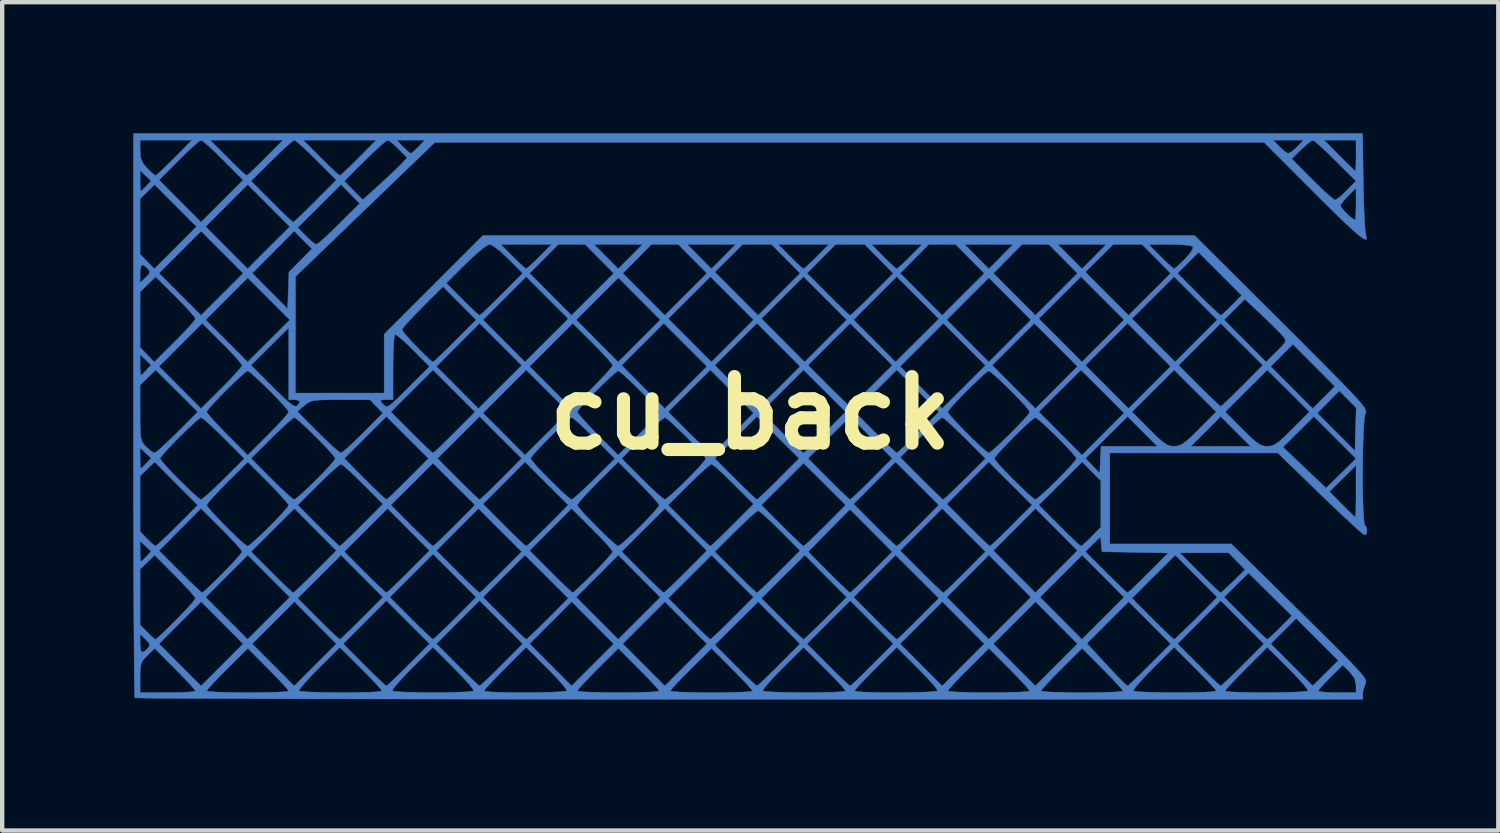
<source format=kicad_pcb>
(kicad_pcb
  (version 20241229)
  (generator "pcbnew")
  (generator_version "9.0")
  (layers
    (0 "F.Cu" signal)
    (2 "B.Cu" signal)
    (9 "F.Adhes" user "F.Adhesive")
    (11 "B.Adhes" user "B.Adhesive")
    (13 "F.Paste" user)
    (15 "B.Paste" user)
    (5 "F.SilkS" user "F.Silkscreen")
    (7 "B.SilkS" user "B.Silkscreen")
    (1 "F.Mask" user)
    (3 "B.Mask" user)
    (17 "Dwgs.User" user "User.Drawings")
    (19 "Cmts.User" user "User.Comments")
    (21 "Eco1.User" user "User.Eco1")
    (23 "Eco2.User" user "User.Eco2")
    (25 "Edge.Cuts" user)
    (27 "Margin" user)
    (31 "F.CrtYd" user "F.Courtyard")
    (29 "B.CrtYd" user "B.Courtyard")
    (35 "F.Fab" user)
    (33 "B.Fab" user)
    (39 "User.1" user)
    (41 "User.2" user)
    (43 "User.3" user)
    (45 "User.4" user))
  (footprint "cu_back"
    (layer "F.Cu")
    (at 14.127 6.406)
    (property "Reference" "cu_back" (at 0 0 0) (layer "F.SilkS") (effects (font (size 1.524 1.524) (thickness 0.3))))
    (attr through_hole)
    (fp_poly (pts (xy 14.034 -5.296) (xy 14.041 -4.964) (xy 14.05 -4.662) (xy 14.062 -4.405) (xy 14.075 -4.211) (xy 14.088 -4.096) (xy 14.093 -4.077) (xy 14.112 -4.002) (xy 14.097 -3.972) (xy 14.042 -3.99) (xy 13.944 -4.06) (xy 13.797 -4.187) (xy 13.596 -4.374) (xy 13.337 -4.625) (xy 13.216 -4.744) (xy 13.513 -4.744) (xy 13.548 -4.683) (xy 13.631 -4.589) (xy 13.731 -4.495) (xy 13.817 -4.431) (xy 13.847 -4.42) (xy 13.857 -4.466) (xy 13.865 -4.589) (xy 13.868 -4.763) (xy 13.868 -4.785) (xy 13.868 -5.151) (xy 13.691 -4.978) (xy 13.586 -4.866) (xy 13.522 -4.774) (xy 13.513 -4.744) (xy 13.216 -4.744) (xy 13.014 -4.944) (xy 12.878 -5.08) (xy 12.139 -5.82) (xy 12.394 -5.82) (xy 12.864 -5.348) (xy 13.042 -5.172) (xy 13.199 -5.026) (xy 13.317 -4.924) (xy 13.382 -4.878) (xy 13.387 -4.877) (xy 13.449 -4.911) (xy 13.555 -4.998) (xy 13.654 -5.094) (xy 13.867 -5.312) (xy 13.397 -5.78) (xy 13.218 -5.955) (xy 13.063 -6.1) (xy 12.946 -6.202) (xy 12.883 -6.247) (xy 12.879 -6.248) (xy 13.135 -6.248) (xy 13.487 -5.893) (xy 13.638 -5.742) (xy 13.76 -5.623) (xy 13.836 -5.551) (xy 13.854 -5.537) (xy 13.861 -5.584) (xy 13.866 -5.706) (xy 13.868 -5.879) (xy 13.868 -5.893) (xy 13.868 -6.248) (xy 13.135 -6.248) (xy 12.879 -6.248) (xy 12.82 -6.215) (xy 12.715 -6.129) (xy 12.612 -6.034) (xy 12.394 -5.82) (xy 12.139 -5.82) (xy 11.761 -6.198) (xy -7.219 -6.198) (xy -8.816 -4.661) (xy -10.412 -3.124) (xy -10.413 -1.791) (xy -10.414 -0.457) (xy -8.382 -0.457) (xy -8.382 -1.804) (xy -8.279 -1.907) (xy -7.976 -1.907) (xy -7.942 -1.854) (xy -7.855 -1.751) (xy -7.733 -1.617) (xy -7.595 -1.473) (xy -7.46 -1.337) (xy -7.348 -1.231) (xy -7.277 -1.173) (xy -7.265 -1.168) (xy -7.221 -1.202) (xy -7.119 -1.296) (xy -6.975 -1.435) (xy -6.801 -1.606) (xy -6.757 -1.651) (xy -6.276 -2.133) (xy -6.277 -2.134) (xy -6.12 -2.134) (xy -5.639 -1.651) (xy -5.158 -1.168) (xy -4.662 -1.663) (xy -4.189 -2.134) (xy -3.986 -2.134) (xy -3.505 -1.651) (xy -3.024 -1.168) (xy -2.059 -2.133) (xy -2.087 -2.161) (xy -1.88 -2.161) (xy -1.385 -1.664) (xy -0.89 -1.168) (xy 0.076 -2.134) (xy 0.048 -2.161) (xy 0.254 -2.161) (xy 0.749 -1.664) (xy 1.243 -1.168) (xy 2.209 -2.134) (xy 2.208 -2.134) (xy 2.364 -2.134) (xy 2.845 -1.651) (xy 3.325 -1.168) (xy 3.822 -1.663) (xy 4.295 -2.134) (xy 4.497 -2.134) (xy 4.978 -1.651) (xy 5.46 -1.168) (xy 6.425 -2.133) (xy 6.397 -2.161) (xy 6.604 -2.161) (xy 7.099 -1.664) (xy 7.593 -1.168) (xy 8.559 -2.134) (xy 8.532 -2.161) (xy 8.738 -2.161) (xy 9.232 -1.664) (xy 9.727 -1.168) (xy 10.693 -2.134) (xy 10.692 -2.134) (xy 10.847 -2.134) (xy 11.808 -1.169) (xy 12.048 -1.405) (xy 12.175 -1.533) (xy 12.239 -1.613) (xy 12.251 -1.67) (xy 12.22 -1.728) (xy 12.195 -1.76) (xy 12.119 -1.844) (xy 11.989 -1.976) (xy 11.826 -2.135) (xy 11.712 -2.243) (xy 11.321 -2.608) (xy 10.847 -2.134) (xy 10.692 -2.134) (xy 10.198 -2.628) (xy 9.703 -3.123) (xy 9.22 -2.642) (xy 8.738 -2.161) (xy 8.532 -2.161) (xy 8.065 -2.628) (xy 7.57 -3.123) (xy 7.087 -2.642) (xy 6.604 -2.161) (xy 6.397 -2.161) (xy 5.944 -2.616) (xy 5.462 -3.099) (xy 4.497 -2.134) (xy 4.295 -2.134) (xy 4.319 -2.158) (xy 3.353 -3.124) (xy 2.858 -2.629) (xy 2.364 -2.134) (xy 2.208 -2.134) (xy 1.715 -2.628) (xy 1.22 -3.123) (xy 0.737 -2.642) (xy 0.254 -2.161) (xy 0.048 -2.161) (xy -0.419 -2.628) (xy -0.914 -3.123) (xy -1.397 -2.642) (xy -1.88 -2.161) (xy -2.087 -2.161) (xy -2.54 -2.616) (xy -3.021 -3.099) (xy -3.986 -2.134) (xy -4.189 -2.134) (xy -4.165 -2.158) (xy -5.131 -3.124) (xy -5.625 -2.629) (xy -6.12 -2.134) (xy -6.277 -2.134) (xy -6.655 -2.515) (xy -7.034 -2.896) (xy -7.505 -2.427) (xy -7.68 -2.248) (xy -7.826 -2.093) (xy -7.929 -1.976) (xy -7.974 -1.912) (xy -7.976 -1.907) (xy -8.279 -1.907) (xy -7.251 -2.934) (xy -7.211 -2.974) (xy -6.959 -2.974) (xy -6.593 -2.605) (xy -6.437 -2.451) (xy -6.309 -2.328) (xy -6.223 -2.252) (xy -6.198 -2.235) (xy -6.154 -2.269) (xy -6.053 -2.362) (xy -5.908 -2.501) (xy -5.734 -2.673) (xy -5.69 -2.718) (xy -5.209 -3.2) (xy -5.052 -3.2) (xy -4.091 -2.235) (xy -3.608 -2.717) (xy -3.126 -3.199) (xy -3.127 -3.2) (xy -2.919 -3.2) (xy -1.957 -2.235) (xy -1.475 -2.717) (xy -0.992 -3.199) (xy -1.021 -3.228) (xy -0.813 -3.228) (xy -0.318 -2.731) (xy 0.177 -2.235) (xy 0.659 -2.717) (xy 1.141 -3.199) (xy 1.141 -3.2) (xy 1.298 -3.2) (xy 1.778 -2.718) (xy 1.957 -2.54) (xy 2.11 -2.392) (xy 2.222 -2.287) (xy 2.281 -2.237) (xy 2.286 -2.235) (xy 2.33 -2.269) (xy 2.431 -2.362) (xy 2.576 -2.501) (xy 2.749 -2.673) (xy 2.794 -2.718) (xy 3.274 -3.2) (xy 3.431 -3.2) (xy 4.393 -2.235) (xy 4.875 -2.717) (xy 5.358 -3.199) (xy 5.357 -3.2) (xy 5.565 -3.2) (xy 6.526 -2.235) (xy 7.009 -2.717) (xy 7.491 -3.199) (xy 7.463 -3.228) (xy 7.67 -3.228) (xy 8.165 -2.731) (xy 8.66 -2.235) (xy 9.142 -2.717) (xy 9.625 -3.199) (xy 9.623 -3.201) (xy 9.781 -3.201) (xy 10.261 -2.718) (xy 10.44 -2.54) (xy 10.593 -2.392) (xy 10.707 -2.287) (xy 10.766 -2.237) (xy 10.771 -2.235) (xy 10.818 -2.269) (xy 10.914 -2.356) (xy 11.024 -2.465) (xy 11.25 -2.694) (xy 10.756 -3.188) (xy 10.262 -3.682) (xy 9.781 -3.201) (xy 9.623 -3.201) (xy 8.969 -3.861) (xy 9.122 -3.861) (xy 9.398 -3.581) (xy 9.532 -3.449) (xy 9.639 -3.35) (xy 9.698 -3.304) (xy 9.703 -3.302) (xy 9.751 -3.335) (xy 9.847 -3.423) (xy 9.952 -3.526) (xy 10.062 -3.651) (xy 10.128 -3.754) (xy 10.138 -3.805) (xy 10.07 -3.833) (xy 9.916 -3.851) (xy 9.689 -3.86) (xy 9.613 -3.861) (xy 9.122 -3.861) (xy 8.969 -3.861) (xy 8.309 -3.861) (xy 7.67 -3.228) (xy 7.463 -3.228) (xy 6.836 -3.861) (xy 7.039 -3.861) (xy 7.315 -3.581) (xy 7.446 -3.45) (xy 7.544 -3.351) (xy 7.592 -3.304) (xy 7.595 -3.302) (xy 7.629 -3.335) (xy 7.717 -3.424) (xy 7.842 -3.549) (xy 7.874 -3.581) (xy 8.15 -3.861) (xy 7.039 -3.861) (xy 6.836 -3.861) (xy 6.22 -3.861) (xy 5.893 -3.53) (xy 5.565 -3.2) (xy 5.357 -3.2) (xy 4.702 -3.861) (xy 4.906 -3.861) (xy 5.182 -3.581) (xy 5.312 -3.45) (xy 5.41 -3.351) (xy 5.459 -3.304) (xy 5.461 -3.302) (xy 5.496 -3.335) (xy 5.584 -3.424) (xy 5.709 -3.549) (xy 5.74 -3.581) (xy 6.016 -3.861) (xy 4.906 -3.861) (xy 4.702 -3.861) (xy 4.086 -3.861) (xy 3.759 -3.53) (xy 3.431 -3.2) (xy 3.274 -3.2) (xy 2.947 -3.53) (xy 2.619 -3.861) (xy 2.772 -3.861) (xy 3.048 -3.581) (xy 3.182 -3.449) (xy 3.289 -3.35) (xy 3.348 -3.304) (xy 3.353 -3.302) (xy 3.4 -3.336) (xy 3.498 -3.425) (xy 3.628 -3.551) (xy 3.658 -3.581) (xy 3.934 -3.861) (xy 2.772 -3.861) (xy 2.619 -3.861) (xy 1.953 -3.861) (xy 1.625 -3.53) (xy 1.298 -3.2) (xy 1.141 -3.2) (xy 0.486 -3.861) (xy 0.638 -3.861) (xy 0.914 -3.581) (xy 1.049 -3.449) (xy 1.155 -3.35) (xy 1.215 -3.304) (xy 1.219 -3.302) (xy 1.266 -3.336) (xy 1.364 -3.425) (xy 1.494 -3.551) (xy 1.524 -3.581) (xy 1.8 -3.861) (xy 0.638 -3.861) (xy 0.486 -3.861) (xy -0.175 -3.861) (xy -0.813 -3.228) (xy -1.021 -3.228) (xy -1.648 -3.861) (xy -1.444 -3.861) (xy -1.168 -3.581) (xy -1.038 -3.45) (xy -0.94 -3.351) (xy -0.891 -3.304) (xy -0.889 -3.302) (xy -0.854 -3.335) (xy -0.766 -3.424) (xy -0.641 -3.549) (xy -0.61 -3.581) (xy -0.334 -3.861) (xy -1.444 -3.861) (xy -1.648 -3.861) (xy -2.264 -3.861) (xy -2.591 -3.53) (xy -2.919 -3.2) (xy -3.127 -3.2) (xy -3.782 -3.861) (xy -3.578 -3.861) (xy -3.302 -3.581) (xy -3.171 -3.45) (xy -3.073 -3.351) (xy -3.025 -3.304) (xy -3.023 -3.302) (xy -2.988 -3.335) (xy -2.9 -3.424) (xy -2.775 -3.549) (xy -2.743 -3.581) (xy -2.467 -3.861) (xy -3.578 -3.861) (xy -3.782 -3.861) (xy -4.397 -3.861) (xy -4.725 -3.53) (xy -5.052 -3.2) (xy -5.209 -3.2) (xy -5.537 -3.53) (xy -5.7 -3.684) (xy -5.843 -3.798) (xy -5.944 -3.856) (xy -5.967 -3.861) (xy -5.712 -3.861) (xy -5.436 -3.581) (xy -5.301 -3.449) (xy -5.195 -3.35) (xy -5.135 -3.304) (xy -5.131 -3.302) (xy -5.084 -3.336) (xy -4.986 -3.425) (xy -4.856 -3.551) (xy -4.826 -3.581) (xy -4.55 -3.861) (xy -5.712 -3.861) (xy -5.967 -3.861) (xy -6.046 -3.825) (xy -6.18 -3.724) (xy -6.355 -3.57) (xy -6.514 -3.417) (xy -6.959 -2.974) (xy -7.211 -2.974) (xy -6.121 -4.064) (xy 10.174 -4.064) (xy 12.161 -2.085) (xy 12.591 -1.656) (xy 12.953 -1.293) (xy 13.255 -0.99) (xy 13.5 -0.741) (xy 13.694 -0.54) (xy 13.843 -0.382) (xy 13.952 -0.26) (xy 14.026 -0.169) (xy 14.071 -0.104) (xy 14.091 -0.057) (xy 14.093 -0.024) (xy 14.084 -0.003) (xy 14.065 0.077) (xy 14.049 0.237) (xy 14.037 0.461) (xy 14.027 0.733) (xy 14.021 1.035) (xy 14.018 1.349) (xy 14.019 1.66) (xy 14.023 1.951) (xy 14.031 2.203) (xy 14.042 2.401) (xy 14.057 2.528) (xy 14.072 2.565) (xy 14.113 2.631) (xy 14.119 2.721) (xy 14.091 2.786) (xy 14.069 2.794) (xy 14.02 2.76) (xy 13.908 2.664) (xy 13.744 2.515) (xy 13.537 2.324) (xy 13.299 2.097) (xy 13.046 1.854) (xy 12.991 1.8) (xy 13.259 1.8) (xy 13.549 2.094) (xy 13.685 2.23) (xy 13.791 2.332) (xy 13.849 2.384) (xy 13.854 2.388) (xy 13.86 2.34) (xy 13.864 2.211) (xy 13.867 2.02) (xy 13.868 1.792) (xy 13.868 1.197) (xy 13.564 1.499) (xy 13.259 1.8) (xy 12.991 1.8) (xy 12.077 0.914) (xy 8.23 0.914) (xy 8.23 2.997) (xy 11.013 2.997) (xy 12.58 4.542) (xy 12.959 4.915) (xy 13.271 5.224) (xy 13.522 5.476) (xy 13.719 5.676) (xy 13.867 5.832) (xy 13.973 5.95) (xy 14.042 6.037) (xy 14.081 6.099) (xy 14.096 6.144) (xy 14.092 6.177) (xy 14.084 6.192) (xy 14.033 6.329) (xy 14.021 6.426) (xy 14.021 6.553) (xy -0.017 6.553) (xy -1.205 6.553) (xy -2.366 6.553) (xy -3.497 6.552) (xy -4.593 6.551) (xy -5.65 6.55) (xy -6.664 6.549) (xy -7.632 6.548) (xy -8.548 6.546) (xy -9.409 6.544) (xy -10.211 6.543) (xy -10.949 6.541) (xy -11.62 6.538) (xy -12.22 6.536) (xy -12.744 6.534) (xy -13.187 6.531) (xy -13.547 6.529) (xy -13.819 6.526) (xy -13.999 6.523) (xy -14.083 6.52) (xy -14.089 6.519) (xy -14.093 6.465) (xy -14.097 6.316) (xy -14.101 6.077) (xy -14.101 6.055) (xy -13.97 6.055) (xy -13.97 6.401) (xy -13.335 6.401) (xy -13.094 6.398) (xy -12.896 6.39) (xy -12.758 6.379) (xy -12.701 6.365) (xy -12.7 6.364) (xy -12.701 6.362) (xy -12.446 6.362) (xy -12.398 6.374) (xy -12.264 6.385) (xy -12.06 6.393) (xy -11.802 6.399) (xy -11.506 6.401) (xy -11.21 6.399) (xy -10.952 6.394) (xy -10.748 6.386) (xy -10.614 6.375) (xy -10.566 6.364) (xy -10.574 6.353) (xy -10.333 6.353) (xy -10.332 6.359) (xy -10.276 6.373) (xy -10.14 6.384) (xy -9.941 6.392) (xy -9.701 6.397) (xy -9.438 6.4) (xy -9.17 6.399) (xy -8.918 6.396) (xy -8.701 6.39) (xy -8.537 6.381) (xy -8.445 6.369) (xy -8.433 6.362) (xy -8.439 6.353) (xy -8.199 6.353) (xy -8.199 6.359) (xy -8.142 6.372) (xy -8 6.384) (xy -7.79 6.393) (xy -7.529 6.399) (xy -7.264 6.401) (xy -6.971 6.399) (xy -6.714 6.392) (xy -6.511 6.383) (xy -6.377 6.371) (xy -6.34 6.362) (xy -6.096 6.362) (xy -6.048 6.375) (xy -5.918 6.386) (xy -5.725 6.394) (xy -5.488 6.398) (xy -5.226 6.4) (xy -4.958 6.399) (xy -4.704 6.395) (xy -4.482 6.388) (xy -4.312 6.379) (xy -4.213 6.366) (xy -4.203 6.362) (xy -3.962 6.362) (xy -3.914 6.374) (xy -3.78 6.385) (xy -3.576 6.393) (xy -3.318 6.399) (xy -3.023 6.401) (xy -2.726 6.399) (xy -2.468 6.394) (xy -2.264 6.386) (xy -2.131 6.375) (xy -2.083 6.364) (xy -2.084 6.362) (xy -1.829 6.362) (xy -1.781 6.374) (xy -1.647 6.385) (xy -1.443 6.393) (xy -1.185 6.399) (xy -0.889 6.401) (xy -0.593 6.399) (xy -0.335 6.394) (xy -0.131 6.386) (xy 0.003 6.375) (xy 0.051 6.364) (xy 0.043 6.353) (xy 0.285 6.353) (xy 0.285 6.359) (xy 0.341 6.373) (xy 0.478 6.384) (xy 0.676 6.392) (xy 0.916 6.397) (xy 1.179 6.4) (xy 1.447 6.399) (xy 1.699 6.396) (xy 1.917 6.39) (xy 2.081 6.381) (xy 2.172 6.369) (xy 2.184 6.362) (xy 2.388 6.362) (xy 2.435 6.375) (xy 2.565 6.386) (xy 2.758 6.394) (xy 2.996 6.398) (xy 3.258 6.4) (xy 3.525 6.399) (xy 3.78 6.395) (xy 4.001 6.388) (xy 4.171 6.379) (xy 4.27 6.366) (xy 4.281 6.362) (xy 4.521 6.362) (xy 4.569 6.374) (xy 4.703 6.385) (xy 4.907 6.393) (xy 5.165 6.399) (xy 5.461 6.401) (xy 5.757 6.399) (xy 6.015 6.394) (xy 6.219 6.386) (xy 6.353 6.375) (xy 6.401 6.364) (xy 6.399 6.362) (xy 6.655 6.362) (xy 6.703 6.374) (xy 6.837 6.385) (xy 7.041 6.393) (xy 7.299 6.399) (xy 7.595 6.401) (xy 7.891 6.399) (xy 8.149 6.394) (xy 8.353 6.386) (xy 8.486 6.375) (xy 8.534 6.364) (xy 8.527 6.353) (xy 8.768 6.353) (xy 8.769 6.359) (xy 8.825 6.373) (xy 8.961 6.384) (xy 9.159 6.392) (xy 9.4 6.397) (xy 9.663 6.4) (xy 9.93 6.399) (xy 10.183 6.396) (xy 10.4 6.39) (xy 10.564 6.381) (xy 10.656 6.369) (xy 10.668 6.362) (xy 10.871 6.362) (xy 10.919 6.375) (xy 11.049 6.386) (xy 11.242 6.394) (xy 11.479 6.398) (xy 11.741 6.4) (xy 12.009 6.399) (xy 12.263 6.395) (xy 12.485 6.388) (xy 12.655 6.379) (xy 12.754 6.366) (xy 12.766 6.361) (xy 13.005 6.361) (xy 13.052 6.379) (xy 13.177 6.393) (xy 13.357 6.4) (xy 13.437 6.401) (xy 13.868 6.401) (xy 13.868 6.233) (xy 13.834 6.07) (xy 13.718 5.92) (xy 13.715 5.917) (xy 13.562 5.771) (xy 13.283 6.046) (xy 13.151 6.182) (xy 13.053 6.292) (xy 13.006 6.355) (xy 13.005 6.361) (xy 12.766 6.361) (xy 12.771 6.359) (xy 12.746 6.31) (xy 12.661 6.205) (xy 12.528 6.058) (xy 12.36 5.883) (xy 12.316 5.839) (xy 11.836 5.361) (xy 11.354 5.842) (xy 11.176 6.022) (xy 11.028 6.177) (xy 10.922 6.293) (xy 10.873 6.356) (xy 10.871 6.362) (xy 10.668 6.362) (xy 10.634 6.313) (xy 10.541 6.208) (xy 10.401 6.061) (xy 10.229 5.886) (xy 10.185 5.842) (xy 9.703 5.361) (xy 9.223 5.839) (xy 9.048 6.018) (xy 8.905 6.173) (xy 8.808 6.29) (xy 8.768 6.353) (xy 8.527 6.353) (xy 8.5 6.316) (xy 8.408 6.211) (xy 8.269 6.064) (xy 8.099 5.89) (xy 8.065 5.856) (xy 7.597 5.385) (xy 7.126 5.854) (xy 6.95 6.031) (xy 6.805 6.184) (xy 6.702 6.298) (xy 6.656 6.358) (xy 6.655 6.362) (xy 6.399 6.362) (xy 6.367 6.316) (xy 6.274 6.211) (xy 6.136 6.064) (xy 5.966 5.89) (xy 5.932 5.856) (xy 5.463 5.385) (xy 4.992 5.854) (xy 4.817 6.031) (xy 4.671 6.184) (xy 4.568 6.298) (xy 4.522 6.358) (xy 4.521 6.362) (xy 4.281 6.362) (xy 4.287 6.359) (xy 4.263 6.31) (xy 4.178 6.205) (xy 4.045 6.058) (xy 3.876 5.883) (xy 3.833 5.839) (xy 3.353 5.361) (xy 2.87 5.842) (xy 2.692 6.022) (xy 2.544 6.177) (xy 2.439 6.293) (xy 2.39 6.356) (xy 2.388 6.362) (xy 2.184 6.362) (xy 2.15 6.313) (xy 2.057 6.208) (xy 1.918 6.061) (xy 1.746 5.886) (xy 1.702 5.842) (xy 1.219 5.361) (xy 0.739 5.839) (xy 0.564 6.018) (xy 0.422 6.173) (xy 0.324 6.29) (xy 0.285 6.353) (xy 0.043 6.353) (xy 0.017 6.316) (xy -0.076 6.211) (xy -0.214 6.064) (xy -0.384 5.89) (xy -0.418 5.856) (xy -0.887 5.385) (xy -1.358 5.854) (xy -1.533 6.031) (xy -1.679 6.184) (xy -1.782 6.298) (xy -1.828 6.358) (xy -1.829 6.362) (xy -2.084 6.362) (xy -2.117 6.316) (xy -2.21 6.211) (xy -2.348 6.064) (xy -2.518 5.89) (xy -2.552 5.856) (xy -3.021 5.385) (xy -3.492 5.854) (xy -3.667 6.031) (xy -3.813 6.184) (xy -3.915 6.298) (xy -3.961 6.358) (xy -3.962 6.362) (xy -4.203 6.362) (xy -4.197 6.359) (xy -4.221 6.31) (xy -4.306 6.205) (xy -4.439 6.058) (xy -4.607 5.883) (xy -4.651 5.839) (xy -5.131 5.361) (xy -5.613 5.842) (xy -5.791 6.022) (xy -5.939 6.177) (xy -6.045 6.293) (xy -6.094 6.356) (xy -6.096 6.362) (xy -6.34 6.362) (xy -6.33 6.359) (xy -6.355 6.31) (xy -6.44 6.205) (xy -6.573 6.058) (xy -6.741 5.883) (xy -6.784 5.839) (xy -7.264 5.361) (xy -7.744 5.839) (xy -7.919 6.018) (xy -8.062 6.173) (xy -8.159 6.29) (xy -8.199 6.353) (xy -8.439 6.353) (xy -8.467 6.313) (xy -8.56 6.208) (xy -8.7 6.061) (xy -8.872 5.886) (xy -8.915 5.842) (xy -9.398 5.361) (xy -9.878 5.839) (xy -10.053 6.018) (xy -10.195 6.173) (xy -10.293 6.29) (xy -10.333 6.353) (xy -10.574 6.353) (xy -10.6 6.316) (xy -10.693 6.211) (xy -10.831 6.064) (xy -11.002 5.89) (xy -11.035 5.856) (xy -11.504 5.385) (xy -11.975 5.854) (xy -12.151 6.031) (xy -12.296 6.184) (xy -12.399 6.298) (xy -12.445 6.358) (xy -12.446 6.362) (xy -12.701 6.362) (xy -12.734 6.316) (xy -12.827 6.211) (xy -12.965 6.064) (xy -13.135 5.89) (xy -13.168 5.856) (xy -13.636 5.386) (xy -13.803 5.548) (xy -13.893 5.642) (xy -13.943 5.729) (xy -13.965 5.844) (xy -13.97 6.02) (xy -13.97 6.055) (xy -14.101 6.055) (xy -14.104 5.754) (xy -14.108 5.355) (xy -14.108 5.274) (xy -13.97 5.274) (xy -13.959 5.424) (xy -13.921 5.479) (xy -13.85 5.444) (xy -13.8 5.394) (xy -13.75 5.325) (xy -13.758 5.283) (xy -13.537 5.283) (xy -13.056 5.766) (xy -12.574 6.249) (xy -11.609 5.284) (xy -11.61 5.283) (xy -11.403 5.283) (xy -10.922 5.766) (xy -10.441 6.249) (xy -9.476 5.284) (xy -9.477 5.283) (xy -9.32 5.283) (xy -8.84 5.765) (xy -8.661 5.943) (xy -8.508 6.091) (xy -8.395 6.197) (xy -8.336 6.246) (xy -8.331 6.248) (xy -8.287 6.214) (xy -8.186 6.121) (xy -8.042 5.982) (xy -7.868 5.81) (xy -7.823 5.765) (xy -7.342 5.283) (xy -7.187 5.283) (xy -6.706 5.765) (xy -6.527 5.943) (xy -6.374 6.091) (xy -6.261 6.197) (xy -6.202 6.246) (xy -6.198 6.248) (xy -6.154 6.214) (xy -6.052 6.121) (xy -5.908 5.982) (xy -5.734 5.81) (xy -5.689 5.765) (xy -5.208 5.283) (xy -5.053 5.283) (xy -4.572 5.766) (xy -4.091 6.249) (xy -3.126 5.284) (xy -3.127 5.283) (xy -2.92 5.283) (xy -2.438 5.766) (xy -1.957 6.249) (xy -1.015 5.307) (xy -0.813 5.307) (xy -0.344 5.778) (xy -0.167 5.953) (xy -0.017 6.098) (xy 0.093 6.201) (xy 0.149 6.247) (xy 0.152 6.248) (xy 0.196 6.214) (xy 0.298 6.121) (xy 0.442 5.982) (xy 0.616 5.811) (xy 0.66 5.766) (xy 1.141 5.283) (xy 1.14 5.283) (xy 1.297 5.283) (xy 1.778 5.765) (xy 1.956 5.943) (xy 2.109 6.091) (xy 2.222 6.197) (xy 2.281 6.246) (xy 2.286 6.248) (xy 2.33 6.214) (xy 2.431 6.121) (xy 2.576 5.982) (xy 2.749 5.81) (xy 2.794 5.765) (xy 3.275 5.283) (xy 3.43 5.283) (xy 3.912 5.766) (xy 4.393 6.249) (xy 5.358 5.284) (xy 5.357 5.283) (xy 5.564 5.283) (xy 6.045 5.766) (xy 6.526 6.249) (xy 7.492 5.284) (xy 7.482 5.274) (xy 7.706 5.274) (xy 8.156 5.761) (xy 8.325 5.943) (xy 8.47 6.093) (xy 8.577 6.2) (xy 8.631 6.247) (xy 8.634 6.248) (xy 8.679 6.214) (xy 8.781 6.121) (xy 8.926 5.982) (xy 9.099 5.81) (xy 9.144 5.766) (xy 9.625 5.283) (xy 9.624 5.283) (xy 9.78 5.283) (xy 10.261 5.765) (xy 10.44 5.943) (xy 10.593 6.091) (xy 10.706 6.197) (xy 10.765 6.246) (xy 10.77 6.248) (xy 10.814 6.214) (xy 10.915 6.121) (xy 11.059 5.982) (xy 11.233 5.81) (xy 11.278 5.765) (xy 11.759 5.283) (xy 11.914 5.283) (xy 12.395 5.765) (xy 12.875 6.248) (xy 13.169 5.957) (xy 13.463 5.666) (xy 12.98 5.183) (xy 12.497 4.7) (xy 11.914 5.283) (xy 11.759 5.283) (xy 11.759 5.283) (xy 11.264 4.788) (xy 10.77 4.293) (xy 10.275 4.788) (xy 9.78 5.283) (xy 9.624 5.283) (xy 9.144 4.8) (xy 8.663 4.317) (xy 7.706 5.274) (xy 7.482 5.274) (xy 7.01 4.801) (xy 6.529 4.317) (xy 5.564 5.283) (xy 5.357 5.283) (xy 4.877 4.801) (xy 4.396 4.317) (xy 3.43 5.283) (xy 3.275 5.283) (xy 2.781 4.788) (xy 2.286 4.293) (xy 1.791 4.788) (xy 1.297 5.283) (xy 1.14 5.283) (xy 0.66 4.801) (xy 0.18 4.318) (xy -0.317 4.812) (xy -0.813 5.307) (xy -1.015 5.307) (xy -0.992 5.284) (xy -1.473 4.801) (xy -1.954 4.317) (xy -2.92 5.283) (xy -3.127 5.283) (xy -3.607 4.801) (xy -4.088 4.317) (xy -5.053 5.283) (xy -5.208 5.283) (xy -5.703 4.788) (xy -6.198 4.293) (xy -6.692 4.788) (xy -7.187 5.283) (xy -7.342 5.283) (xy -7.837 4.788) (xy -8.331 4.293) (xy -8.826 4.788) (xy -9.32 5.283) (xy -9.477 5.283) (xy -9.957 4.801) (xy -10.438 4.317) (xy -11.403 5.283) (xy -11.61 5.283) (xy -12.09 4.801) (xy -12.572 4.317) (xy -13.537 5.283) (xy -13.758 5.283) (xy -13.762 5.267) (xy -13.843 5.182) (xy -13.97 5.062) (xy -13.97 5.274) (xy -14.108 5.274) (xy -14.111 4.884) (xy -14.114 4.348) (xy -14.116 3.753) (xy -14.117 3.576) (xy -13.97 3.576) (xy -13.97 4.847) (xy -13.808 5.014) (xy -13.705 5.114) (xy -13.632 5.174) (xy -13.616 5.182) (xy -13.571 5.148) (xy -13.47 5.055) (xy -13.327 4.918) (xy -13.156 4.749) (xy -13.143 4.736) (xy -12.974 4.562) (xy -12.834 4.411) (xy -12.738 4.3) (xy -12.7 4.243) (xy -12.7 4.242) (xy -12.717 4.216) (xy -12.47 4.216) (xy -11.989 4.699) (xy -11.508 5.182) (xy -10.565 4.24) (xy -10.363 4.24) (xy -9.894 4.711) (xy -9.718 4.886) (xy -9.567 5.032) (xy -9.457 5.134) (xy -9.401 5.18) (xy -9.398 5.182) (xy -9.354 5.148) (xy -9.253 5.054) (xy -9.108 4.915) (xy -8.935 4.744) (xy -8.89 4.699) (xy -8.409 4.216) (xy -8.41 4.216) (xy -8.254 4.216) (xy -7.773 4.699) (xy -7.594 4.876) (xy -7.441 5.024) (xy -7.328 5.13) (xy -7.269 5.18) (xy -7.264 5.182) (xy -7.22 5.148) (xy -7.119 5.054) (xy -6.975 4.915) (xy -6.801 4.744) (xy -6.756 4.699) (xy -6.276 4.216) (xy -6.119 4.216) (xy -5.639 4.699) (xy -5.46 4.876) (xy -5.307 5.025) (xy -5.194 5.13) (xy -5.135 5.18) (xy -5.131 5.182) (xy -5.087 5.148) (xy -4.986 5.055) (xy -4.842 4.916) (xy -4.669 4.745) (xy -4.634 4.711) (xy -4.166 4.24) (xy -4.19 4.216) (xy -3.986 4.216) (xy -3.505 4.699) (xy -3.024 5.182) (xy -2.082 4.24) (xy -1.88 4.24) (xy -1.411 4.711) (xy -1.234 4.886) (xy -1.084 5.032) (xy -0.974 5.134) (xy -0.918 5.18) (xy -0.914 5.182) (xy -0.87 5.148) (xy -0.769 5.054) (xy -0.625 4.915) (xy -0.451 4.744) (xy -0.406 4.699) (xy 0.051 4.24) (xy 0.254 4.24) (xy 0.723 4.711) (xy 0.899 4.886) (xy 1.05 5.032) (xy 1.16 5.134) (xy 1.216 5.18) (xy 1.219 5.182) (xy 1.263 5.148) (xy 1.364 5.054) (xy 1.509 4.915) (xy 1.683 4.744) (xy 1.727 4.699) (xy 2.208 4.216) (xy 2.364 4.216) (xy 2.845 4.699) (xy 3.023 4.876) (xy 3.176 5.025) (xy 3.289 5.13) (xy 3.348 5.18) (xy 3.353 5.182) (xy 3.397 5.148) (xy 3.498 5.055) (xy 3.642 4.916) (xy 3.814 4.745) (xy 3.849 4.711) (xy 4.318 4.24) (xy 4.294 4.216) (xy 4.497 4.216) (xy 4.978 4.699) (xy 5.46 5.182) (xy 6.425 4.217) (xy 6.424 4.216) (xy 6.631 4.216) (xy 7.112 4.699) (xy 7.593 5.182) (xy 8.536 4.24) (xy 8.738 4.24) (xy 9.206 4.711) (xy 9.383 4.886) (xy 9.533 5.032) (xy 9.644 5.134) (xy 9.7 5.18) (xy 9.703 5.182) (xy 9.747 5.148) (xy 9.848 5.054) (xy 9.992 4.915) (xy 10.166 4.744) (xy 10.211 4.699) (xy 10.691 4.216) (xy 10.691 4.216) (xy 10.847 4.216) (xy 11.328 4.699) (xy 11.507 4.876) (xy 11.66 5.024) (xy 11.773 5.13) (xy 11.832 5.18) (xy 11.837 5.182) (xy 11.884 5.148) (xy 11.981 5.059) (xy 12.11 4.934) (xy 12.132 4.911) (xy 12.399 4.641) (xy 11.902 4.151) (xy 11.405 3.66) (xy 10.847 4.216) (xy 10.691 4.216) (xy 10.211 3.734) (xy 9.73 3.251) (xy 9.234 3.745) (xy 8.738 4.24) (xy 8.536 4.24) (xy 8.558 4.217) (xy 8.077 3.734) (xy 7.596 3.251) (xy 6.631 4.216) (xy 6.424 4.216) (xy 5.944 3.734) (xy 5.462 3.251) (xy 4.497 4.216) (xy 4.294 4.216) (xy 3.822 3.745) (xy 3.325 3.251) (xy 2.845 3.734) (xy 2.364 4.216) (xy 2.208 4.216) (xy 1.727 3.734) (xy 1.247 3.251) (xy 0.75 3.745) (xy 0.254 4.24) (xy 0.051 4.24) (xy 0.074 4.216) (xy -0.406 3.734) (xy -0.887 3.251) (xy -1.383 3.745) (xy -1.88 4.24) (xy -2.082 4.24) (xy -2.059 4.217) (xy -2.54 3.734) (xy -3.021 3.251) (xy -3.986 4.216) (xy -4.19 4.216) (xy -4.662 3.745) (xy -5.158 3.251) (xy -5.639 3.734) (xy -6.119 4.216) (xy -6.276 4.216) (xy -6.275 4.216) (xy -6.77 3.721) (xy -7.264 3.226) (xy -7.759 3.721) (xy -8.254 4.216) (xy -8.41 4.216) (xy -8.89 3.734) (xy -9.371 3.251) (xy -9.867 3.745) (xy -10.363 4.24) (xy -10.565 4.24) (xy -10.542 4.217) (xy -11.024 3.734) (xy -11.505 3.251) (xy -12.47 4.216) (xy -12.717 4.216) (xy -12.734 4.189) (xy -12.827 4.081) (xy -12.966 3.931) (xy -13.136 3.755) (xy -13.168 3.723) (xy -13.636 3.253) (xy -13.803 3.414) (xy -13.97 3.576) (xy -14.117 3.576) (xy -14.118 3.166) (xy -13.97 3.166) (xy -13.967 3.306) (xy -13.959 3.391) (xy -13.953 3.404) (xy -13.911 3.371) (xy -13.831 3.291) (xy -13.826 3.286) (xy -13.715 3.168) (xy -13.735 3.15) (xy -13.536 3.15) (xy -13.056 3.632) (xy -12.877 3.81) (xy -12.724 3.958) (xy -12.611 4.063) (xy -12.552 4.113) (xy -12.548 4.115) (xy -12.503 4.081) (xy -12.402 3.988) (xy -12.26 3.851) (xy -12.09 3.682) (xy -12.077 3.669) (xy -11.907 3.495) (xy -11.767 3.344) (xy -11.671 3.232) (xy -11.633 3.174) (xy -11.633 3.173) (xy -11.43 3.173) (xy -10.961 3.644) (xy -10.785 3.819) (xy -10.634 3.965) (xy -10.524 4.067) (xy -10.468 4.114) (xy -10.465 4.115) (xy -10.421 4.081) (xy -10.32 3.988) (xy -10.175 3.849) (xy -10.001 3.677) (xy -9.957 3.632) (xy -9.5 3.173) (xy -9.296 3.173) (xy -8.828 3.644) (xy -8.651 3.819) (xy -8.501 3.965) (xy -8.39 4.067) (xy -8.334 4.114) (xy -8.331 4.115) (xy -8.287 4.081) (xy -8.186 3.988) (xy -8.042 3.849) (xy -7.868 3.677) (xy -7.823 3.632) (xy -7.343 3.15) (xy -7.186 3.15) (xy -6.706 3.632) (xy -6.527 3.81) (xy -6.374 3.958) (xy -6.261 4.063) (xy -6.202 4.113) (xy -6.198 4.115) (xy -6.154 4.081) (xy -6.052 3.988) (xy -5.909 3.849) (xy -5.736 3.679) (xy -5.701 3.644) (xy -5.232 3.173) (xy -5.256 3.15) (xy -5.053 3.15) (xy -4.572 3.632) (xy -4.393 3.81) (xy -4.241 3.958) (xy -4.128 4.063) (xy -4.069 4.113) (xy -4.064 4.115) (xy -4.02 4.081) (xy -3.919 3.988) (xy -3.776 3.851) (xy -3.606 3.682) (xy -3.593 3.669) (xy -3.423 3.495) (xy -3.284 3.344) (xy -3.188 3.232) (xy -3.15 3.174) (xy -3.15 3.173) (xy -2.946 3.173) (xy -2.478 3.644) (xy -2.301 3.819) (xy -2.151 3.965) (xy -2.04 4.067) (xy -1.984 4.114) (xy -1.981 4.115) (xy -1.937 4.081) (xy -1.836 3.988) (xy -1.692 3.849) (xy -1.518 3.677) (xy -1.473 3.632) (xy -1.016 3.173) (xy -0.813 3.173) (xy -0.344 3.644) (xy -0.167 3.819) (xy -0.017 3.965) (xy 0.093 4.067) (xy 0.149 4.114) (xy 0.152 4.115) (xy 0.196 4.081) (xy 0.298 3.988) (xy 0.442 3.849) (xy 0.616 3.677) (xy 0.66 3.632) (xy 1.116 3.175) (xy 1.324 3.175) (xy 1.791 3.645) (xy 1.967 3.82) (xy 2.117 3.965) (xy 2.226 4.068) (xy 2.281 4.114) (xy 2.284 4.115) (xy 2.327 4.081) (xy 2.428 3.988) (xy 2.572 3.85) (xy 2.745 3.681) (xy 2.78 3.646) (xy 3.251 3.177) (xy 3.224 3.15) (xy 3.431 3.15) (xy 3.912 3.632) (xy 4.09 3.81) (xy 4.243 3.958) (xy 4.356 4.063) (xy 4.415 4.113) (xy 4.42 4.115) (xy 4.464 4.081) (xy 4.565 3.988) (xy 4.709 3.849) (xy 4.881 3.679) (xy 4.916 3.644) (xy 5.385 3.173) (xy 5.361 3.149) (xy 5.564 3.149) (xy 6.045 3.632) (xy 6.526 4.115) (xy 7.471 3.171) (xy 7.669 3.171) (xy 8.139 3.643) (xy 8.315 3.818) (xy 8.466 3.964) (xy 8.577 4.067) (xy 8.633 4.113) (xy 8.636 4.115) (xy 8.68 4.081) (xy 8.781 3.988) (xy 8.924 3.85) (xy 9.095 3.681) (xy 9.117 3.659) (xy 9.571 3.203) (xy 9.418 3.2) (xy 9.832 3.2) (xy 10.287 3.658) (xy 10.46 3.83) (xy 10.608 3.973) (xy 10.714 4.072) (xy 10.765 4.114) (xy 10.767 4.115) (xy 10.812 4.082) (xy 10.91 3.994) (xy 11.039 3.87) (xy 11.06 3.85) (xy 11.328 3.585) (xy 11.14 3.393) (xy 10.952 3.2) (xy 9.832 3.2) (xy 9.418 3.2) (xy 8.811 3.189) (xy 8.052 3.175) (xy 8.035 3.004) (xy 8.019 2.832) (xy 7.844 3.002) (xy 7.669 3.171) (xy 7.471 3.171) (xy 7.492 3.15) (xy 7.01 2.667) (xy 6.529 2.184) (xy 5.564 3.149) (xy 5.361 3.149) (xy 4.889 2.679) (xy 4.392 2.184) (xy 3.912 2.667) (xy 3.431 3.15) (xy 3.224 3.15) (xy 2.767 2.69) (xy 2.282 2.204) (xy 1.803 2.689) (xy 1.324 3.175) (xy 1.116 3.175) (xy 1.141 3.15) (xy 0.686 2.692) (xy 0.51 2.519) (xy 0.357 2.377) (xy 0.243 2.277) (xy 0.183 2.236) (xy 0.18 2.235) (xy 0.127 2.269) (xy 0.017 2.362) (xy -0.133 2.501) (xy -0.309 2.672) (xy -0.342 2.704) (xy -0.813 3.173) (xy -1.016 3.173) (xy -0.993 3.15) (xy -1.473 2.667) (xy -1.954 2.184) (xy -2.45 2.679) (xy -2.946 3.173) (xy -3.15 3.173) (xy -3.15 3.173) (xy -3.184 3.12) (xy -3.277 3.011) (xy -3.416 2.862) (xy -3.588 2.686) (xy -3.62 2.653) (xy -4.091 2.184) (xy -4.572 2.667) (xy -5.053 3.15) (xy -5.256 3.15) (xy -5.729 2.679) (xy -6.225 2.184) (xy -6.706 2.667) (xy -7.186 3.15) (xy -7.343 3.15) (xy -7.823 2.667) (xy -8.304 2.184) (xy -8.8 2.679) (xy -9.296 3.173) (xy -9.5 3.173) (xy -9.476 3.15) (xy -9.957 2.667) (xy -10.437 2.184) (xy -10.934 2.679) (xy -11.43 3.173) (xy -11.633 3.173) (xy -11.633 3.173) (xy -11.667 3.12) (xy -11.761 3.011) (xy -11.9 2.862) (xy -12.071 2.686) (xy -12.104 2.653) (xy -12.575 2.184) (xy -13.056 2.667) (xy -13.536 3.15) (xy -13.735 3.15) (xy -13.843 3.048) (xy -13.97 2.929) (xy -13.97 3.166) (xy -14.118 3.166) (xy -14.118 3.105) (xy -14.12 2.41) (xy -14.121 1.675) (xy -14.122 1.442) (xy -13.97 1.442) (xy -13.97 2.713) (xy -13.808 2.88) (xy -13.705 2.98) (xy -13.634 3.04) (xy -13.618 3.048) (xy -13.574 3.014) (xy -13.473 2.922) (xy -13.328 2.784) (xy -13.155 2.614) (xy -13.12 2.579) (xy -12.649 2.11) (xy -12.653 2.106) (xy -12.446 2.106) (xy -12.412 2.162) (xy -12.32 2.269) (xy -12.188 2.411) (xy -12.033 2.571) (xy -11.871 2.731) (xy -11.721 2.875) (xy -11.599 2.984) (xy -11.522 3.043) (xy -11.508 3.048) (xy -11.455 3.014) (xy -11.346 2.921) (xy -11.196 2.784) (xy -11.023 2.616) (xy -11.012 2.605) (xy -10.841 2.431) (xy -10.701 2.28) (xy -10.605 2.169) (xy -10.567 2.112) (xy -10.566 2.11) (xy -10.569 2.106) (xy -10.363 2.106) (xy -9.894 2.577) (xy -9.718 2.752) (xy -9.567 2.898) (xy -9.457 3.001) (xy -9.401 3.047) (xy -9.398 3.048) (xy -9.354 3.014) (xy -9.253 2.921) (xy -9.108 2.782) (xy -8.935 2.61) (xy -8.89 2.565) (xy -8.433 2.106) (xy -8.23 2.106) (xy -7.761 2.577) (xy -7.584 2.752) (xy -7.434 2.898) (xy -7.324 3.001) (xy -7.268 3.047) (xy -7.264 3.048) (xy -7.22 3.014) (xy -7.119 2.921) (xy -6.975 2.782) (xy -6.803 2.612) (xy -6.768 2.577) (xy -6.299 2.106) (xy -6.323 2.083) (xy -6.119 2.083) (xy -5.639 2.565) (xy -5.46 2.743) (xy -5.307 2.891) (xy -5.194 2.996) (xy -5.135 3.046) (xy -5.131 3.048) (xy -5.087 3.014) (xy -4.986 2.921) (xy -4.842 2.782) (xy -4.669 2.612) (xy -4.634 2.577) (xy -4.166 2.106) (xy -4.166 2.106) (xy -3.962 2.106) (xy -3.928 2.162) (xy -3.836 2.269) (xy -3.704 2.411) (xy -3.549 2.571) (xy -3.388 2.731) (xy -3.238 2.875) (xy -3.115 2.984) (xy -3.039 3.043) (xy -3.025 3.048) (xy -2.971 3.014) (xy -2.862 2.921) (xy -2.713 2.784) (xy -2.539 2.616) (xy -2.528 2.605) (xy -2.358 2.431) (xy -2.217 2.28) (xy -2.121 2.169) (xy -2.083 2.112) (xy -2.083 2.11) (xy -2.085 2.106) (xy -1.88 2.106) (xy -1.411 2.577) (xy -1.234 2.752) (xy -1.084 2.898) (xy -0.974 3.001) (xy -0.918 3.047) (xy -0.914 3.048) (xy -0.87 3.014) (xy -0.769 2.921) (xy -0.625 2.782) (xy -0.451 2.61) (xy -0.406 2.565) (xy 0.051 2.106) (xy 0.254 2.106) (xy 0.723 2.577) (xy 0.899 2.752) (xy 1.05 2.898) (xy 1.16 3.001) (xy 1.216 3.047) (xy 1.219 3.048) (xy 1.263 3.014) (xy 1.364 2.921) (xy 1.508 2.782) (xy 1.681 2.612) (xy 1.716 2.577) (xy 2.184 2.106) (xy 2.161 2.083) (xy 2.364 2.083) (xy 2.845 2.565) (xy 3.023 2.743) (xy 3.176 2.891) (xy 3.289 2.996) (xy 3.348 3.046) (xy 3.353 3.048) (xy 3.397 3.014) (xy 3.498 2.921) (xy 3.642 2.782) (xy 3.814 2.612) (xy 3.849 2.577) (xy 4.318 2.106) (xy 4.294 2.083) (xy 4.498 2.083) (xy 4.978 2.565) (xy 5.157 2.743) (xy 5.31 2.891) (xy 5.423 2.996) (xy 5.482 3.046) (xy 5.486 3.048) (xy 5.53 3.014) (xy 5.632 2.921) (xy 5.775 2.782) (xy 5.948 2.612) (xy 5.983 2.577) (xy 6.452 2.106) (xy 6.604 2.106) (xy 7.073 2.577) (xy 7.249 2.752) (xy 7.4 2.898) (xy 7.511 3.001) (xy 7.567 3.047) (xy 7.57 3.048) (xy 7.618 3.015) (xy 7.714 2.928) (xy 7.813 2.83) (xy 8.026 2.612) (xy 8.026 1.553) (xy 7.812 1.335) (xy 7.598 1.116) (xy 6.604 2.106) (xy 6.452 2.106) (xy 5.955 1.612) (xy 5.459 1.118) (xy 4.978 1.6) (xy 4.498 2.083) (xy 4.294 2.083) (xy 3.822 1.612) (xy 3.325 1.118) (xy 2.845 1.6) (xy 2.364 2.083) (xy 2.161 2.083) (xy 1.702 1.626) (xy 1.219 1.145) (xy 0.737 1.626) (xy 0.254 2.106) (xy 0.051 2.106) (xy 0.074 2.083) (xy -0.381 1.626) (xy -0.557 1.453) (xy -0.71 1.31) (xy -0.824 1.211) (xy -0.884 1.169) (xy -0.887 1.168) (xy -0.94 1.202) (xy -1.049 1.296) (xy -1.2 1.434) (xy -1.376 1.605) (xy -1.409 1.637) (xy -1.88 2.106) (xy -2.085 2.106) (xy -2.117 2.057) (xy -2.21 1.948) (xy -2.349 1.798) (xy -2.519 1.621) (xy -2.552 1.588) (xy -3.021 1.118) (xy -3.492 1.586) (xy -3.667 1.765) (xy -3.813 1.92) (xy -3.916 2.038) (xy -3.961 2.102) (xy -3.962 2.106) (xy -4.166 2.106) (xy -4.662 1.612) (xy -5.158 1.118) (xy -5.639 1.6) (xy -6.119 2.083) (xy -6.323 2.083) (xy -6.782 1.626) (xy -7.264 1.145) (xy -7.747 1.626) (xy -8.23 2.106) (xy -8.433 2.106) (xy -8.409 2.083) (xy -8.865 1.626) (xy -9.041 1.453) (xy -9.193 1.31) (xy -9.307 1.211) (xy -9.368 1.169) (xy -9.371 1.168) (xy -9.424 1.202) (xy -9.533 1.296) (xy -9.683 1.434) (xy -9.86 1.605) (xy -9.892 1.637) (xy -10.363 2.106) (xy -10.569 2.106) (xy -10.6 2.057) (xy -10.694 1.948) (xy -10.832 1.798) (xy -11.003 1.621) (xy -11.035 1.588) (xy -11.504 1.118) (xy -11.975 1.586) (xy -12.151 1.765) (xy -12.297 1.92) (xy -12.399 2.038) (xy -12.445 2.102) (xy -12.446 2.106) (xy -12.653 2.106) (xy -13.143 1.615) (xy -13.636 1.119) (xy -13.803 1.281) (xy -13.97 1.442) (xy -14.122 1.442) (xy -14.122 1.033) (xy -13.97 1.033) (xy -13.967 1.172) (xy -13.959 1.257) (xy -13.953 1.27) (xy -13.911 1.237) (xy -13.831 1.157) (xy -13.826 1.152) (xy -13.722 1.041) (xy -13.513 1.041) (xy -13.478 1.096) (xy -13.387 1.203) (xy -13.255 1.345) (xy -13.099 1.504) (xy -12.938 1.664) (xy -12.788 1.808) (xy -12.666 1.917) (xy -12.589 1.976) (xy -12.575 1.981) (xy -12.522 1.947) (xy -12.413 1.854) (xy -12.262 1.715) (xy -12.086 1.545) (xy -12.053 1.512) (xy -11.582 1.043) (xy -11.586 1.039) (xy -11.43 1.039) (xy -10.961 1.51) (xy -10.783 1.686) (xy -10.627 1.832) (xy -10.51 1.934) (xy -10.446 1.98) (xy -10.441 1.981) (xy -10.388 1.947) (xy -10.279 1.855) (xy -10.13 1.717) (xy -9.956 1.549) (xy -9.945 1.538) (xy -9.774 1.364) (xy -9.634 1.213) (xy -9.538 1.101) (xy -9.5 1.043) (xy -9.5 1.041) (xy -9.501 1.039) (xy -9.296 1.039) (xy -8.828 1.51) (xy -8.651 1.686) (xy -8.501 1.831) (xy -8.39 1.934) (xy -8.334 1.98) (xy -8.331 1.981) (xy -8.287 1.947) (xy -8.186 1.854) (xy -8.042 1.716) (xy -7.87 1.545) (xy -7.835 1.51) (xy -7.366 1.039) (xy -7.163 1.039) (xy -6.694 1.51) (xy -6.517 1.686) (xy -6.367 1.831) (xy -6.257 1.934) (xy -6.201 1.98) (xy -6.198 1.981) (xy -6.154 1.947) (xy -6.052 1.854) (xy -5.909 1.716) (xy -5.736 1.545) (xy -5.701 1.51) (xy -5.234 1.041) (xy -5.029 1.041) (xy -4.995 1.096) (xy -4.903 1.203) (xy -4.771 1.345) (xy -4.616 1.504) (xy -4.455 1.664) (xy -4.304 1.808) (xy -4.182 1.917) (xy -4.105 1.976) (xy -4.091 1.981) (xy -4.038 1.947) (xy -3.929 1.854) (xy -3.779 1.715) (xy -3.602 1.545) (xy -3.57 1.512) (xy -3.099 1.043) (xy -3.103 1.039) (xy -2.946 1.039) (xy -2.478 1.51) (xy -2.299 1.686) (xy -2.144 1.832) (xy -2.026 1.934) (xy -1.962 1.98) (xy -1.958 1.981) (xy -1.904 1.947) (xy -1.795 1.855) (xy -1.646 1.717) (xy -1.473 1.549) (xy -1.462 1.538) (xy -1.291 1.364) (xy -1.15 1.213) (xy -1.054 1.101) (xy -1.016 1.043) (xy -1.016 1.041) (xy -1.017 1.039) (xy -0.813 1.039) (xy -0.344 1.51) (xy -0.167 1.686) (xy -0.017 1.831) (xy 0.093 1.934) (xy 0.149 1.98) (xy 0.152 1.981) (xy 0.196 1.947) (xy 0.298 1.854) (xy 0.441 1.716) (xy 0.614 1.545) (xy 0.649 1.51) (xy 1.118 1.039) (xy 1.321 1.039) (xy 1.79 1.51) (xy 1.966 1.686) (xy 2.117 1.831) (xy 2.227 1.934) (xy 2.283 1.98) (xy 2.286 1.981) (xy 2.33 1.947) (xy 2.431 1.854) (xy 2.575 1.716) (xy 2.748 1.545) (xy 2.782 1.51) (xy 3.251 1.039) (xy 3.228 1.016) (xy 3.431 1.016) (xy 3.912 1.499) (xy 4.09 1.676) (xy 4.243 1.824) (xy 4.355 1.93) (xy 4.413 1.979) (xy 4.418 1.981) (xy 4.461 1.947) (xy 4.562 1.855) (xy 4.706 1.717) (xy 4.879 1.547) (xy 4.914 1.512) (xy 5.385 1.043) (xy 5.383 1.041) (xy 5.588 1.041) (xy 5.622 1.096) (xy 5.714 1.203) (xy 5.846 1.345) (xy 6.001 1.504) (xy 6.163 1.664) (xy 6.313 1.808) (xy 6.435 1.917) (xy 6.512 1.976) (xy 6.526 1.981) (xy 6.579 1.947) (xy 6.688 1.855) (xy 6.838 1.717) (xy 7.011 1.549) (xy 7.022 1.538) (xy 7.193 1.364) (xy 7.333 1.213) (xy 7.429 1.101) (xy 7.467 1.043) (xy 7.468 1.041) (xy 7.465 1.038) (xy 7.672 1.038) (xy 7.837 1.208) (xy 8.001 1.378) (xy 8.03 0.781) (xy 12.196 0.781) (xy 12.689 1.25) (xy 13.183 1.719) (xy 13.869 1.043) (xy 12.904 0.078) (xy 12.55 0.429) (xy 12.196 0.781) (xy 8.03 0.781) (xy 8.031 0.762) (xy 9.321 0.762) (xy 8.979 0.42) (xy 8.637 0.078) (xy 8.154 0.558) (xy 7.672 1.038) (xy 7.465 1.038) (xy 7.433 0.986) (xy 7.341 0.878) (xy 7.208 0.736) (xy 7.053 0.577) (xy 6.891 0.417) (xy 6.74 0.274) (xy 6.617 0.165) (xy 6.54 0.107) (xy 6.526 0.102) (xy 6.471 0.136) (xy 6.364 0.228) (xy 6.223 0.36) (xy 6.064 0.516) (xy 5.904 0.678) (xy 5.761 0.828) (xy 5.652 0.95) (xy 5.593 1.027) (xy 5.588 1.041) (xy 5.383 1.041) (xy 4.916 0.572) (xy 4.737 0.397) (xy 4.581 0.251) (xy 4.464 0.148) (xy 4.399 0.103) (xy 4.394 0.102) (xy 4.34 0.136) (xy 4.231 0.229) (xy 4.081 0.368) (xy 3.907 0.538) (xy 3.886 0.559) (xy 3.431 1.016) (xy 3.228 1.016) (xy 2.769 0.559) (xy 2.286 0.078) (xy 1.803 0.559) (xy 1.321 1.039) (xy 1.118 1.039) (xy 0.635 0.559) (xy 0.152 0.078) (xy -0.33 0.559) (xy -0.813 1.039) (xy -1.017 1.039) (xy -1.05 0.986) (xy -1.142 0.879) (xy -1.275 0.737) (xy -1.43 0.577) (xy -1.592 0.418) (xy -1.742 0.274) (xy -1.865 0.165) (xy -1.942 0.107) (xy -1.956 0.102) (xy -2.008 0.136) (xy -2.117 0.229) (xy -2.267 0.367) (xy -2.443 0.538) (xy -2.476 0.571) (xy -2.946 1.039) (xy -3.103 1.039) (xy -3.568 0.572) (xy -3.746 0.397) (xy -3.902 0.251) (xy -4.02 0.148) (xy -4.085 0.103) (xy -4.089 0.102) (xy -4.145 0.136) (xy -4.252 0.228) (xy -4.394 0.36) (xy -4.553 0.516) (xy -4.713 0.677) (xy -4.856 0.828) (xy -4.966 0.95) (xy -5.024 1.028) (xy -5.029 1.041) (xy -5.234 1.041) (xy -5.232 1.039) (xy -5.715 0.559) (xy -6.198 0.078) (xy -6.68 0.559) (xy -7.163 1.039) (xy -7.366 1.039) (xy -7.849 0.559) (xy -8.331 0.078) (xy -8.814 0.559) (xy -9.296 1.039) (xy -9.501 1.039) (xy -9.534 0.986) (xy -9.626 0.879) (xy -9.758 0.737) (xy -9.914 0.577) (xy -10.075 0.418) (xy -10.226 0.274) (xy -10.348 0.165) (xy -10.426 0.107) (xy -10.439 0.102) (xy -10.492 0.136) (xy -10.6 0.229) (xy -10.75 0.367) (xy -10.926 0.538) (xy -10.959 0.571) (xy -11.43 1.039) (xy -11.586 1.039) (xy -12.051 0.572) (xy -12.23 0.397) (xy -12.386 0.251) (xy -12.504 0.148) (xy -12.568 0.103) (xy -12.573 0.102) (xy -12.628 0.136) (xy -12.736 0.228) (xy -12.877 0.36) (xy -13.037 0.516) (xy -13.197 0.677) (xy -13.34 0.828) (xy -13.449 0.95) (xy -13.508 1.028) (xy -13.513 1.041) (xy -13.722 1.041) (xy -13.715 1.034) (xy -13.843 0.915) (xy -13.97 0.795) (xy -13.97 1.033) (xy -14.122 1.033) (xy -14.122 0.904) (xy -14.122 0.105) (xy -14.122 0.042) (xy -14.122 -0.64) (xy -13.97 -0.64) (xy -13.97 -0.006) (xy -13.969 0.259) (xy -13.964 0.443) (xy -13.951 0.566) (xy -13.927 0.648) (xy -13.888 0.711) (xy -13.833 0.772) (xy -13.732 0.864) (xy -13.654 0.912) (xy -13.642 0.914) (xy -13.587 0.88) (xy -13.477 0.787) (xy -13.327 0.647) (xy -13.15 0.476) (xy -13.118 0.444) (xy -12.649 -0.027) (xy -12.649 -0.027) (xy -12.446 -0.027) (xy -12.412 0.026) (xy -12.319 0.135) (xy -12.18 0.285) (xy -12.01 0.462) (xy -11.977 0.494) (xy -11.508 0.965) (xy -11.037 0.496) (xy -10.862 0.318) (xy -10.716 0.162) (xy -10.613 0.044) (xy -10.568 -0.021) (xy -10.566 -0.025) (xy -10.572 -0.035) (xy -10.371 -0.035) (xy -9.898 0.44) (xy -9.719 0.616) (xy -9.562 0.763) (xy -9.444 0.866) (xy -9.378 0.913) (xy -9.373 0.914) (xy -9.319 0.88) (xy -9.209 0.787) (xy -9.06 0.648) (xy -8.885 0.478) (xy -8.866 0.458) (xy -8.412 0.002) (xy -8.44 -0.027) (xy -8.23 -0.027) (xy -7.761 0.444) (xy -7.584 0.619) (xy -7.434 0.764) (xy -7.324 0.867) (xy -7.268 0.913) (xy -7.264 0.914) (xy -7.22 0.88) (xy -7.119 0.787) (xy -6.975 0.649) (xy -6.803 0.478) (xy -6.768 0.444) (xy -6.326 -0.001) (xy -6.12 -0.001) (xy -5.639 0.482) (xy -5.158 0.965) (xy -4.662 0.471) (xy -4.165 -0.024) (xy -4.168 -0.027) (xy -3.962 -0.027) (xy -3.928 0.026) (xy -3.835 0.135) (xy -3.697 0.285) (xy -3.526 0.462) (xy -3.493 0.494) (xy -3.025 0.965) (xy -2.554 0.496) (xy -2.378 0.318) (xy -2.232 0.162) (xy -2.13 0.044) (xy -2.084 -0.021) (xy -2.083 -0.025) (xy -2.084 -0.027) (xy -1.88 -0.027) (xy -1.411 0.444) (xy -1.232 0.619) (xy -1.076 0.765) (xy -0.958 0.868) (xy -0.894 0.913) (xy -0.889 0.914) (xy -0.835 0.88) (xy -0.726 0.787) (xy -0.576 0.648) (xy -0.402 0.478) (xy -0.381 0.457) (xy 0.075 -0.001) (xy 0.048 -0.027) (xy 0.254 -0.027) (xy 0.723 0.444) (xy 0.899 0.619) (xy 1.05 0.764) (xy 1.16 0.867) (xy 1.216 0.913) (xy 1.219 0.914) (xy 1.263 0.88) (xy 1.364 0.787) (xy 1.508 0.649) (xy 1.681 0.478) (xy 1.716 0.444) (xy 2.184 -0.027) (xy 2.388 -0.027) (xy 2.856 0.444) (xy 3.033 0.619) (xy 3.183 0.764) (xy 3.294 0.867) (xy 3.35 0.913) (xy 3.353 0.914) (xy 3.397 0.88) (xy 3.498 0.787) (xy 3.642 0.649) (xy 3.814 0.478) (xy 3.849 0.444) (xy 4.316 -0.025) (xy 4.521 -0.025) (xy 4.556 0.03) (xy 4.647 0.136) (xy 4.779 0.278) (xy 4.935 0.438) (xy 5.096 0.598) (xy 5.246 0.741) (xy 5.368 0.85) (xy 5.445 0.909) (xy 5.459 0.914) (xy 5.513 0.88) (xy 5.622 0.788) (xy 5.771 0.65) (xy 5.944 0.482) (xy 5.955 0.471) (xy 6.126 0.297) (xy 6.266 0.146) (xy 6.363 0.034) (xy 6.401 -0.024) (xy 6.401 -0.025) (xy 6.4 -0.027) (xy 6.604 -0.027) (xy 7.099 0.469) (xy 7.593 0.966) (xy 8.559 0) (xy 8.532 -0.028) (xy 8.738 -0.028) (xy 9.13 0.367) (xy 9.311 0.545) (xy 9.441 0.66) (xy 9.54 0.726) (xy 9.626 0.756) (xy 9.703 0.762) (xy 10.085 0.762) (xy 11.454 0.762) (xy 11.112 0.42) (xy 10.77 0.077) (xy 10.085 0.762) (xy 9.703 0.762) (xy 9.792 0.753) (xy 9.879 0.719) (xy 9.981 0.647) (xy 10.118 0.523) (xy 10.275 0.367) (xy 10.668 -0.028) (xy 10.871 -0.028) (xy 11.264 0.367) (xy 11.444 0.545) (xy 11.575 0.66) (xy 11.673 0.726) (xy 11.759 0.756) (xy 11.836 0.762) (xy 11.926 0.753) (xy 12.013 0.719) (xy 12.115 0.647) (xy 12.251 0.523) (xy 12.409 0.367) (xy 12.773 0.001) (xy 12.982 0.001) (xy 13.413 0.434) (xy 13.843 0.866) (xy 13.872 -0.122) (xy 13.485 -0.509) (xy 13.234 -0.254) (xy 12.982 0.001) (xy 12.773 0.001) (xy 12.801 -0.028) (xy 12.319 -0.508) (xy 11.836 -0.989) (xy 11.354 -0.508) (xy 10.871 -0.028) (xy 10.668 -0.028) (xy 10.185 -0.508) (xy 9.703 -0.989) (xy 9.22 -0.508) (xy 8.738 -0.028) (xy 8.532 -0.028) (xy 8.065 -0.495) (xy 7.57 -0.989) (xy 7.087 -0.508) (xy 6.604 -0.027) (xy 6.4 -0.027) (xy 6.366 -0.081) (xy 6.274 -0.189) (xy 6.142 -0.331) (xy 5.986 -0.49) (xy 5.824 -0.65) (xy 5.673 -0.793) (xy 5.55 -0.902) (xy 5.473 -0.96) (xy 5.459 -0.965) (xy 5.404 -0.931) (xy 5.297 -0.839) (xy 5.156 -0.706) (xy 4.997 -0.551) (xy 4.837 -0.389) (xy 4.694 -0.239) (xy 4.585 -0.116) (xy 4.527 -0.039) (xy 4.521 -0.025) (xy 4.316 -0.025) (xy 4.318 -0.027) (xy 3.835 -0.508) (xy 3.353 -0.989) (xy 2.87 -0.508) (xy 2.388 -0.027) (xy 2.184 -0.027) (xy 1.702 -0.508) (xy 1.219 -0.989) (xy 0.737 -0.508) (xy 0.254 -0.027) (xy 0.048 -0.027) (xy -0.914 -0.989) (xy -1.397 -0.508) (xy -1.88 -0.027) (xy -2.084 -0.027) (xy -2.117 -0.081) (xy -2.209 -0.188) (xy -2.342 -0.33) (xy -2.497 -0.489) (xy -2.659 -0.649) (xy -2.809 -0.792) (xy -2.932 -0.902) (xy -3.009 -0.96) (xy -3.023 -0.965) (xy -3.078 -0.931) (xy -3.185 -0.839) (xy -3.326 -0.707) (xy -3.486 -0.552) (xy -3.646 -0.391) (xy -3.789 -0.24) (xy -3.898 -0.118) (xy -3.957 -0.041) (xy -3.962 -0.027) (xy -4.168 -0.027) (xy -5.131 -0.99) (xy -5.625 -0.495) (xy -6.12 -0.001) (xy -6.326 -0.001) (xy -6.299 -0.027) (xy -6.782 -0.508) (xy -7.264 -0.989) (xy -7.747 -0.508) (xy -8.23 -0.027) (xy -8.44 -0.027) (xy -8.559 -0.151) (xy -8.677 -0.275) (xy -8.465 -0.275) (xy -8.41 -0.206) (xy -8.405 -0.201) (xy -8.365 -0.161) (xy -8.326 -0.146) (xy -8.273 -0.165) (xy -8.193 -0.226) (xy -8.072 -0.338) (xy -7.898 -0.51) (xy -7.827 -0.581) (xy -7.342 -1.066) (xy -7.344 -1.067) (xy -7.187 -1.067) (xy -6.706 -0.584) (xy -6.225 -0.102) (xy -5.728 -0.596) (xy -5.255 -1.067) (xy -5.053 -1.067) (xy -4.572 -0.585) (xy -4.091 -0.102) (xy -3.62 -0.57) (xy -3.445 -0.749) (xy -3.299 -0.905) (xy -3.196 -1.023) (xy -3.151 -1.087) (xy -3.15 -1.092) (xy -3.151 -1.094) (xy -2.946 -1.094) (xy -2.452 -0.598) (xy -1.957 -0.101) (xy -0.991 -1.067) (xy -1.019 -1.094) (xy -0.813 -1.094) (xy -0.344 -0.623) (xy -0.165 -0.448) (xy -0.009 -0.302) (xy 0.108 -0.199) (xy 0.173 -0.154) (xy 0.178 -0.152) (xy 0.232 -0.187) (xy 0.341 -0.28) (xy 0.491 -0.419) (xy 0.665 -0.589) (xy 0.686 -0.61) (xy 1.142 -1.068) (xy 1.115 -1.094) (xy 1.321 -1.094) (xy 1.79 -0.623) (xy 1.966 -0.448) (xy 2.117 -0.302) (xy 2.227 -0.2) (xy 2.283 -0.154) (xy 2.286 -0.152) (xy 2.33 -0.186) (xy 2.431 -0.279) (xy 2.575 -0.418) (xy 2.748 -0.589) (xy 2.782 -0.623) (xy 3.225 -1.067) (xy 3.43 -1.067) (xy 3.911 -0.584) (xy 4.392 -0.102) (xy 4.889 -0.596) (xy 5.385 -1.091) (xy 5.382 -1.094) (xy 5.537 -1.094) (xy 6.032 -0.598) (xy 6.527 -0.101) (xy 7.492 -1.067) (xy 7.465 -1.094) (xy 7.671 -1.094) (xy 8.165 -0.598) (xy 8.66 -0.101) (xy 9.626 -1.067) (xy 9.599 -1.094) (xy 9.804 -1.094) (xy 10.273 -0.623) (xy 10.45 -0.448) (xy 10.6 -0.302) (xy 10.71 -0.2) (xy 10.766 -0.154) (xy 10.77 -0.152) (xy 10.814 -0.186) (xy 10.915 -0.279) (xy 11.059 -0.418) (xy 11.231 -0.589) (xy 11.266 -0.623) (xy 11.708 -1.067) (xy 11.914 -1.067) (xy 12.395 -0.584) (xy 12.876 -0.101) (xy 13.384 -0.609) (xy 12.903 -1.092) (xy 12.422 -1.575) (xy 11.914 -1.067) (xy 11.708 -1.067) (xy 11.735 -1.094) (xy 11.252 -1.575) (xy 10.77 -2.055) (xy 10.287 -1.575) (xy 9.804 -1.094) (xy 9.599 -1.094) (xy 9.131 -1.561) (xy 8.637 -2.056) (xy 8.154 -1.575) (xy 7.671 -1.094) (xy 7.465 -1.094) (xy 6.998 -1.561) (xy 6.503 -2.056) (xy 6.02 -1.575) (xy 5.537 -1.094) (xy 5.382 -1.094) (xy 4.42 -2.057) (xy 3.925 -1.562) (xy 3.43 -1.067) (xy 3.225 -1.067) (xy 3.251 -1.094) (xy 2.769 -1.575) (xy 2.286 -2.055) (xy 1.803 -1.575) (xy 1.321 -1.094) (xy 1.115 -1.094) (xy 0.153 -2.056) (xy -0.33 -1.575) (xy -0.813 -1.094) (xy -1.019 -1.094) (xy -1.486 -1.561) (xy -1.981 -2.056) (xy -2.464 -1.575) (xy -2.946 -1.094) (xy -3.151 -1.094) (xy -3.184 -1.146) (xy -3.277 -1.256) (xy -3.416 -1.405) (xy -3.586 -1.58) (xy -3.607 -1.601) (xy -4.065 -2.056) (xy -5.053 -1.067) (xy -5.255 -1.067) (xy -5.232 -1.091) (xy -6.198 -2.057) (xy -6.692 -1.562) (xy -7.187 -1.067) (xy -7.344 -1.067) (xy -7.719 -1.445) (xy -7.877 -1.598) (xy -8.011 -1.717) (xy -8.104 -1.786) (xy -8.137 -1.798) (xy -8.152 -1.741) (xy -8.164 -1.6) (xy -8.174 -1.396) (xy -8.178 -1.146) (xy -8.179 -1.038) (xy -8.179 -0.305) (xy -8.339 -0.305) (xy -8.446 -0.301) (xy -8.465 -0.275) (xy -8.677 -0.275) (xy -8.706 -0.305) (xy -9.378 -0.305) (xy -9.652 -0.304) (xy -9.845 -0.299) (xy -9.976 -0.287) (xy -10.066 -0.265) (xy -10.135 -0.229) (xy -10.203 -0.176) (xy -10.211 -0.17) (xy -10.371 -0.035) (xy -10.572 -0.035) (xy -10.601 -0.081) (xy -10.693 -0.188) (xy -10.825 -0.33) (xy -10.981 -0.489) (xy -11.142 -0.649) (xy -11.293 -0.792) (xy -11.415 -0.902) (xy -11.492 -0.96) (xy -11.506 -0.965) (xy -11.561 -0.931) (xy -11.668 -0.839) (xy -11.81 -0.707) (xy -11.969 -0.552) (xy -12.129 -0.391) (xy -12.272 -0.24) (xy -12.382 -0.118) (xy -12.441 -0.041) (xy -12.446 -0.027) (xy -12.649 -0.027) (xy -13.613 -0.987) (xy -13.791 -0.814) (xy -13.97 -0.64) (xy -14.122 -0.64) (xy -14.122 -1.101) (xy -13.97 -1.101) (xy -13.967 -0.962) (xy -13.959 -0.876) (xy -13.953 -0.864) (xy -13.911 -0.896) (xy -13.831 -0.976) (xy -13.826 -0.981) (xy -13.745 -1.067) (xy -13.537 -1.067) (xy -13.056 -0.585) (xy -12.575 -0.102) (xy -12.104 -0.57) (xy -11.928 -0.749) (xy -11.782 -0.905) (xy -11.68 -1.023) (xy -11.634 -1.087) (xy -11.633 -1.092) (xy -11.634 -1.094) (xy -11.43 -1.094) (xy -10.938 -0.6) (xy -10.728 -0.394) (xy -10.577 -0.256) (xy -10.473 -0.177) (xy -10.408 -0.152) (xy -10.379 -0.161) (xy -10.321 -0.232) (xy -10.312 -0.26) (xy -10.356 -0.294) (xy -10.439 -0.305) (xy -10.566 -0.305) (xy -10.566 -1.954) (xy -10.998 -1.524) (xy -11.43 -1.094) (xy -11.634 -1.094) (xy -11.667 -1.146) (xy -11.761 -1.256) (xy -11.899 -1.405) (xy -12.07 -1.58) (xy -12.091 -1.601) (xy -12.548 -2.056) (xy -13.537 -1.067) (xy -13.745 -1.067) (xy -13.715 -1.099) (xy -13.843 -1.219) (xy -13.97 -1.339) (xy -13.97 -1.101) (xy -14.122 -1.101) (xy -14.122 -2.774) (xy -13.97 -2.774) (xy -13.97 -1.503) (xy -13.807 -1.335) (xy -13.644 -1.167) (xy -13.172 -1.636) (xy -12.996 -1.815) (xy -12.85 -1.971) (xy -12.747 -2.089) (xy -12.715 -2.134) (xy -12.47 -2.134) (xy -11.989 -1.651) (xy -11.508 -1.168) (xy -10.542 -2.133) (xy -11.024 -2.616) (xy -11.505 -3.099) (xy -12.47 -2.134) (xy -12.715 -2.134) (xy -12.701 -2.154) (xy -12.7 -2.159) (xy -12.734 -2.213) (xy -12.827 -2.323) (xy -12.966 -2.472) (xy -13.136 -2.646) (xy -13.156 -2.666) (xy -13.613 -3.12) (xy -13.791 -2.947) (xy -13.97 -2.774) (xy -14.122 -2.774) (xy -14.122 -3.192) (xy -13.97 -3.192) (xy -13.97 -2.979) (xy -13.843 -3.099) (xy -13.762 -3.184) (xy -13.758 -3.201) (xy -13.537 -3.201) (xy -13.056 -2.718) (xy -12.574 -2.235) (xy -11.609 -3.2) (xy -11.61 -3.201) (xy -11.402 -3.201) (xy -10.997 -2.793) (xy -10.592 -2.385) (xy -10.562 -3.226) (xy -10.299 -3.493) (xy -10.035 -3.76) (xy -10.441 -4.166) (xy -10.922 -3.683) (xy -11.402 -3.201) (xy -11.61 -3.201) (xy -12.09 -3.683) (xy -12.572 -4.166) (xy -13.537 -3.201) (xy -13.758 -3.201) (xy -13.75 -3.242) (xy -13.8 -3.311) (xy -13.89 -3.39) (xy -13.944 -3.38) (xy -13.967 -3.278) (xy -13.97 -3.192) (xy -14.122 -3.192) (xy -14.122 -4.908) (xy -13.97 -4.908) (xy -13.97 -3.637) (xy -13.806 -3.468) (xy -13.643 -3.3) (xy -13.159 -3.783) (xy -12.676 -4.267) (xy -12.677 -4.268) (xy -12.47 -4.268) (xy -11.989 -3.785) (xy -11.508 -3.301) (xy -10.564 -4.245) (xy -10.362 -4.245) (xy -10.175 -4.053) (xy -10.059 -3.944) (xy -9.968 -3.875) (xy -9.935 -3.861) (xy -9.881 -3.895) (xy -9.771 -3.988) (xy -9.621 -4.127) (xy -9.444 -4.297) (xy -9.412 -4.329) (xy -8.942 -4.798) (xy -9.156 -5.016) (xy -9.37 -5.234) (xy -9.866 -4.739) (xy -10.362 -4.245) (xy -10.564 -4.245) (xy -10.542 -4.267) (xy -11.024 -4.75) (xy -11.505 -5.233) (xy -12.47 -4.268) (xy -12.677 -4.268) (xy -13.156 -4.749) (xy -13.636 -5.231) (xy -13.803 -5.069) (xy -13.97 -4.908) (xy -14.122 -4.908) (xy -14.122 -5.317) (xy -13.97 -5.317) (xy -13.967 -5.178) (xy -13.959 -5.093) (xy -13.953 -5.08) (xy -13.911 -5.113) (xy -13.831 -5.193) (xy -13.826 -5.198) (xy -13.715 -5.316) (xy -13.735 -5.334) (xy -13.536 -5.334) (xy -13.055 -4.851) (xy -12.574 -4.368) (xy -11.632 -5.311) (xy -11.43 -5.311) (xy -10.961 -4.84) (xy -10.785 -4.664) (xy -10.634 -4.519) (xy -10.524 -4.416) (xy -10.468 -4.37) (xy -10.465 -4.369) (xy -10.421 -4.403) (xy -10.32 -4.496) (xy -10.175 -4.635) (xy -10.001 -4.807) (xy -9.957 -4.851) (xy -9.499 -5.312) (xy -9.295 -5.312) (xy -9.084 -5.096) (xy -8.873 -4.881) (xy -8.488 -5.229) (xy -8.31 -5.393) (xy -8.147 -5.545) (xy -8.023 -5.665) (xy -7.979 -5.711) (xy -7.855 -5.844) (xy -8.053 -6.046) (xy -8.17 -6.158) (xy -8.265 -6.231) (xy -8.302 -6.248) (xy -8.096 -6.248) (xy -7.95 -6.096) (xy -7.852 -6.001) (xy -7.784 -5.948) (xy -7.772 -5.944) (xy -7.721 -5.977) (xy -7.629 -6.061) (xy -7.595 -6.096) (xy -7.449 -6.248) (xy 11.97 -6.248) (xy 12.116 -6.096) (xy 12.22 -6) (xy 12.303 -5.947) (xy 12.319 -5.944) (xy 12.387 -5.978) (xy 12.489 -6.062) (xy 12.522 -6.096) (xy 12.668 -6.248) (xy 11.97 -6.248) (xy -7.449 -6.248) (xy -8.096 -6.248) (xy -8.302 -6.248) (xy -8.356 -6.214) (xy -8.466 -6.121) (xy -8.616 -5.983) (xy -8.793 -5.812) (xy -8.825 -5.78) (xy -9.295 -5.312) (xy -9.499 -5.312) (xy -9.476 -5.334) (xy -9.931 -5.791) (xy -10.107 -5.964) (xy -10.26 -6.107) (xy -10.374 -6.206) (xy -10.435 -6.248) (xy -10.437 -6.248) (xy -10.234 -6.248) (xy -9.83 -5.842) (xy -9.666 -5.68) (xy -9.53 -5.549) (xy -9.435 -5.463) (xy -9.398 -5.436) (xy -9.353 -5.469) (xy -9.253 -5.561) (xy -9.112 -5.697) (xy -8.966 -5.842) (xy -8.562 -6.248) (xy -10.234 -6.248) (xy -10.437 -6.248) (xy -10.491 -6.214) (xy -10.6 -6.121) (xy -10.75 -5.983) (xy -10.926 -5.812) (xy -10.959 -5.779) (xy -11.43 -5.311) (xy -11.632 -5.311) (xy -11.609 -5.333) (xy -12.065 -5.791) (xy -12.241 -5.964) (xy -12.394 -6.107) (xy -12.509 -6.206) (xy -12.57 -6.248) (xy -12.573 -6.248) (xy -12.367 -6.248) (xy -11.963 -5.842) (xy -11.8 -5.68) (xy -11.663 -5.549) (xy -11.568 -5.463) (xy -11.532 -5.436) (xy -11.487 -5.469) (xy -11.386 -5.561) (xy -11.246 -5.697) (xy -11.1 -5.842) (xy -10.696 -6.248) (xy -12.367 -6.248) (xy -12.573 -6.248) (xy -12.573 -6.248) (xy -12.627 -6.214) (xy -12.736 -6.121) (xy -12.886 -5.982) (xy -13.06 -5.812) (xy -13.081 -5.791) (xy -13.536 -5.334) (xy -13.735 -5.334) (xy -13.843 -5.435) (xy -13.97 -5.555) (xy -13.97 -5.317) (xy -14.122 -5.317) (xy -14.122 -6.248) (xy -13.97 -6.248) (xy -13.97 -6.01) (xy -13.956 -5.839) (xy -13.901 -5.713) (xy -13.808 -5.603) (xy -13.705 -5.503) (xy -13.632 -5.443) (xy -13.616 -5.436) (xy -13.571 -5.469) (xy -13.47 -5.561) (xy -13.329 -5.697) (xy -13.183 -5.842) (xy -12.779 -6.248) (xy -13.97 -6.248) (xy -14.122 -6.248) (xy -14.122 -6.401) (xy 14.017 -6.401) (xy 14.034 -5.296)) (stroke (width 0.01) (type solid)) (fill yes) (layer "B.Cu")))
  (gr_rect
    (start -3 -3)
    (end 31.252 15.964)
    (stroke (width 0.1) (type default))
    (fill no)
    (layer "Edge.Cuts")))
</source>
